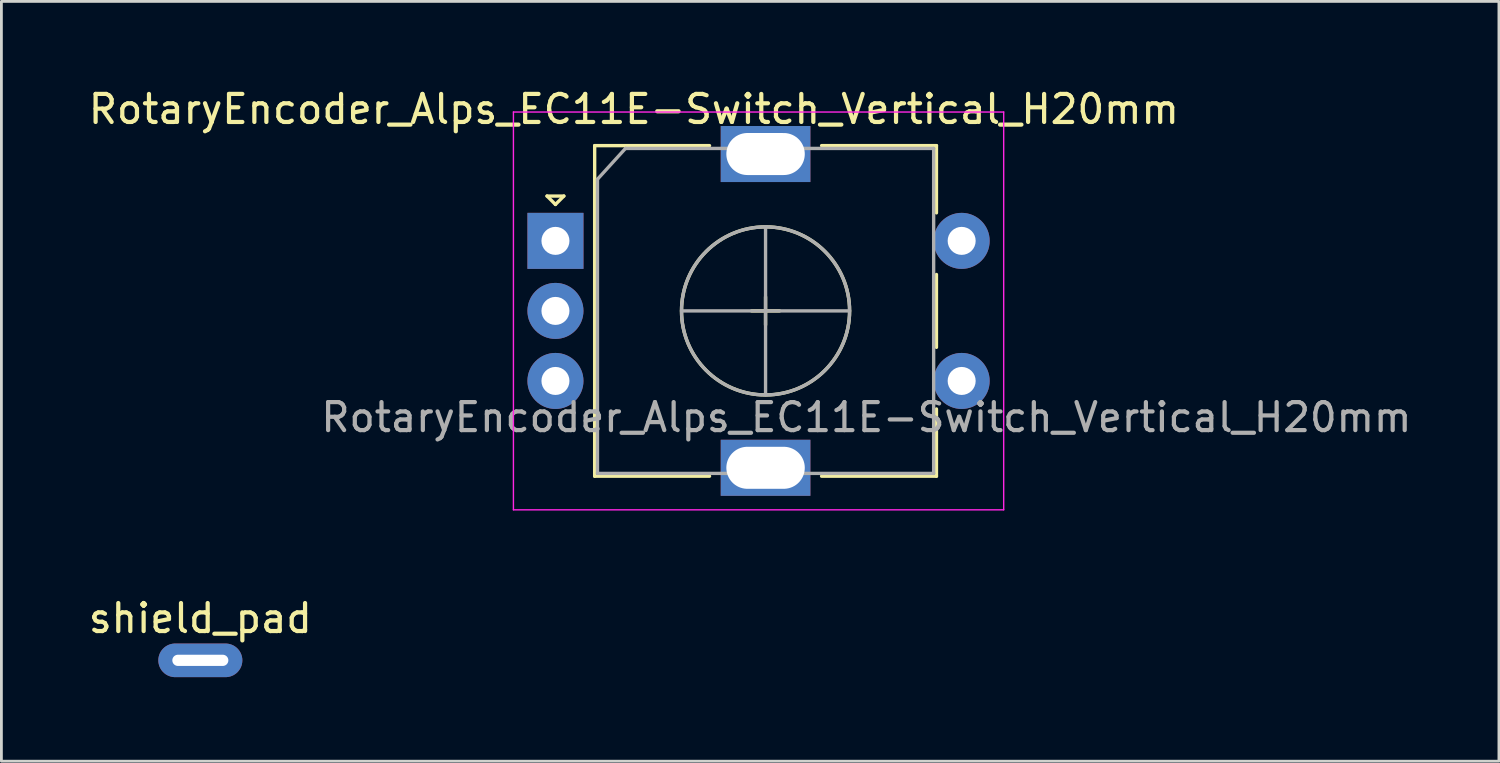
<source format=kicad_pcb>
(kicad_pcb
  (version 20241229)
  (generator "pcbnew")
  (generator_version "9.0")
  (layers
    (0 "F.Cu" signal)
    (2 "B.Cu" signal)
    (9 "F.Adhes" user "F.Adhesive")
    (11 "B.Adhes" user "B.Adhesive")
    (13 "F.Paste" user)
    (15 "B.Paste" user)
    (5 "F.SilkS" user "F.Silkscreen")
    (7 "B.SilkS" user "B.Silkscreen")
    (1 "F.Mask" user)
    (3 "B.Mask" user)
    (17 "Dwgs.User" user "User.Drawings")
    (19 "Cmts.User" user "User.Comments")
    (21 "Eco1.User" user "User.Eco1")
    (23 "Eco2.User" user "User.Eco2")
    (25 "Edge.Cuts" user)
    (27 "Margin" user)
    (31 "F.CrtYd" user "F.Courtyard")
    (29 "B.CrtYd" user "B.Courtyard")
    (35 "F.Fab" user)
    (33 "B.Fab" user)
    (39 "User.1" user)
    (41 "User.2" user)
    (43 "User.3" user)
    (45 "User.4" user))
  (footprint "RotaryEncoder_Alps_EC11E-Switch_Vertical_H20mm"
    (layer "F.Cu")
    (at 24.27 8.038)
    (property "Reference" "RotaryEncoder_Alps_EC11E-Switch_Vertical_H20mm" (at -4.693 -7.19 0) (layer "F.SilkS") (effects (font (size 1 1) (thickness 0.15))))
    (attr through_hole)
    (fp_line (start -7.793 -4.09) (end -7.193 -4.09) (stroke (width 0.12) (type solid)) (layer "F.SilkS"))
    (fp_line (start -7.493 -3.79) (end -7.793 -4.09) (stroke (width 0.12) (type solid)) (layer "F.SilkS"))
    (fp_line (start -7.193 -4.09) (end -7.493 -3.79) (stroke (width 0.12) (type solid)) (layer "F.SilkS"))
    (fp_line (start -6.093 -5.89) (end -6.093 5.91) (stroke (width 0.12) (type solid)) (layer "F.SilkS"))
    (fp_line (start -1.993 -5.89) (end -6.093 -5.89) (stroke (width 0.12) (type solid)) (layer "F.SilkS"))
    (fp_line (start -1.993 5.91) (end -6.093 5.91) (stroke (width 0.12) (type solid)) (layer "F.SilkS"))
    (fp_line (start -0.493 0.01) (end 0.507 0.01) (stroke (width 0.12) (type solid)) (layer "F.SilkS"))
    (fp_line (start 0.007 -0.49) (end 0.007 0.51) (stroke (width 0.12) (type solid)) (layer "F.SilkS"))
    (fp_line (start 2.007 -5.89) (end 6.107 -5.89) (stroke (width 0.12) (type solid)) (layer "F.SilkS"))
    (fp_line (start 6.107 -5.89) (end 6.107 -3.49) (stroke (width 0.12) (type solid)) (layer "F.SilkS"))
    (fp_line (start 6.107 -1.29) (end 6.107 1.31) (stroke (width 0.12) (type solid)) (layer "F.SilkS"))
    (fp_line (start 6.107 3.51) (end 6.107 5.91) (stroke (width 0.12) (type solid)) (layer "F.SilkS"))
    (fp_line (start 6.107 5.91) (end 2.007 5.91) (stroke (width 0.12) (type solid)) (layer "F.SilkS"))
    (fp_circle (center 0.007 0.01) (end 3.007 0.01) (stroke (width 0.12) (type solid)) (fill no) (layer "F.SilkS"))
    (fp_line (start -8.993 -7.09) (end -8.993 7.11) (stroke (width 0.05) (type solid)) (layer "F.CrtYd"))
    (fp_line (start -8.993 -7.09) (end 8.507 -7.09) (stroke (width 0.05) (type solid)) (layer "F.CrtYd"))
    (fp_line (start 8.507 7.11) (end -8.993 7.11) (stroke (width 0.05) (type solid)) (layer "F.CrtYd"))
    (fp_line (start 8.507 7.11) (end 8.507 -7.09) (stroke (width 0.05) (type solid)) (layer "F.CrtYd"))
    (fp_line (start -5.993 -4.69) (end -4.993 -5.79) (stroke (width 0.12) (type solid)) (layer "F.Fab"))
    (fp_line (start -5.993 5.81) (end -5.993 -4.69) (stroke (width 0.12) (type solid)) (layer "F.Fab"))
    (fp_line (start -4.993 -5.79) (end 6.007 -5.79) (stroke (width 0.12) (type solid)) (layer "F.Fab"))
    (fp_line (start -2.993 0.01) (end 3.007 0.01) (stroke (width 0.12) (type solid)) (layer "F.Fab"))
    (fp_line (start 0.007 -2.99) (end 0.007 3.01) (stroke (width 0.12) (type solid)) (layer "F.Fab"))
    (fp_line (start 6.007 -5.79) (end 6.007 5.81) (stroke (width 0.12) (type solid)) (layer "F.Fab"))
    (fp_line (start 6.007 5.81) (end -5.993 5.81) (stroke (width 0.12) (type solid)) (layer "F.Fab"))
    (fp_circle (center 0.007 0.01) (end 3.007 0.01) (stroke (width 0.12) (type solid)) (fill no) (layer "F.Fab"))
    (fp_text user "${REFERENCE}" (at 3.607 3.81 0) (layer "F.Fab") (effects (font (size 1 1) (thickness 0.15))))
    (pad "A" thru_hole rect (at -7.493 -2.49) (size 2 2) (drill 1) (layers "*.Cu" "*.Mask"))
    (pad "B" thru_hole circle (at -7.493 2.51) (size 2 2) (drill 1) (layers "*.Cu" "*.Mask"))
    (pad "C" thru_hole circle (at -7.493 0.01) (size 2 2) (drill 1) (layers "*.Cu" "*.Mask"))
    (pad "MP" thru_hole rect (at 0.007 -5.59) (size 3.2 2) (drill oval 2.8 1.5) (layers "*.Cu" "*.Mask"))
    (pad "MP" thru_hole rect (at 0.007 5.61) (size 3.2 2) (drill oval 2.8 1.5) (layers "*.Cu" "*.Mask"))
    (pad "S1" thru_hole circle (at 7.007 2.51) (size 2 2) (drill 1) (layers "*.Cu" "*.Mask"))
    (pad "S2" thru_hole circle (at 7.007 -2.49) (size 2 2) (drill 1) (layers "*.Cu" "*.Mask")))
  (footprint "shield_pad"
    (layer "F.Cu")
    (at 4.101 20.521)
    (property "Reference" "shield_pad" (at 0 -1.5 0) (layer "F.SilkS") (effects (font (size 1 1) (thickness 0.15))))
    (attr through_hole)
    (pad "1" thru_hole oval (at 0 0) (size 3 1.2) (drill oval 2 0.4) (layers "*.Cu" "*.Mask")))
  (gr_rect
    (start -3 -3)
    (end 50.455 24.122)
    (stroke (width 0.1) (type default))
    (fill no)
    (layer "Edge.Cuts")))
</source>
